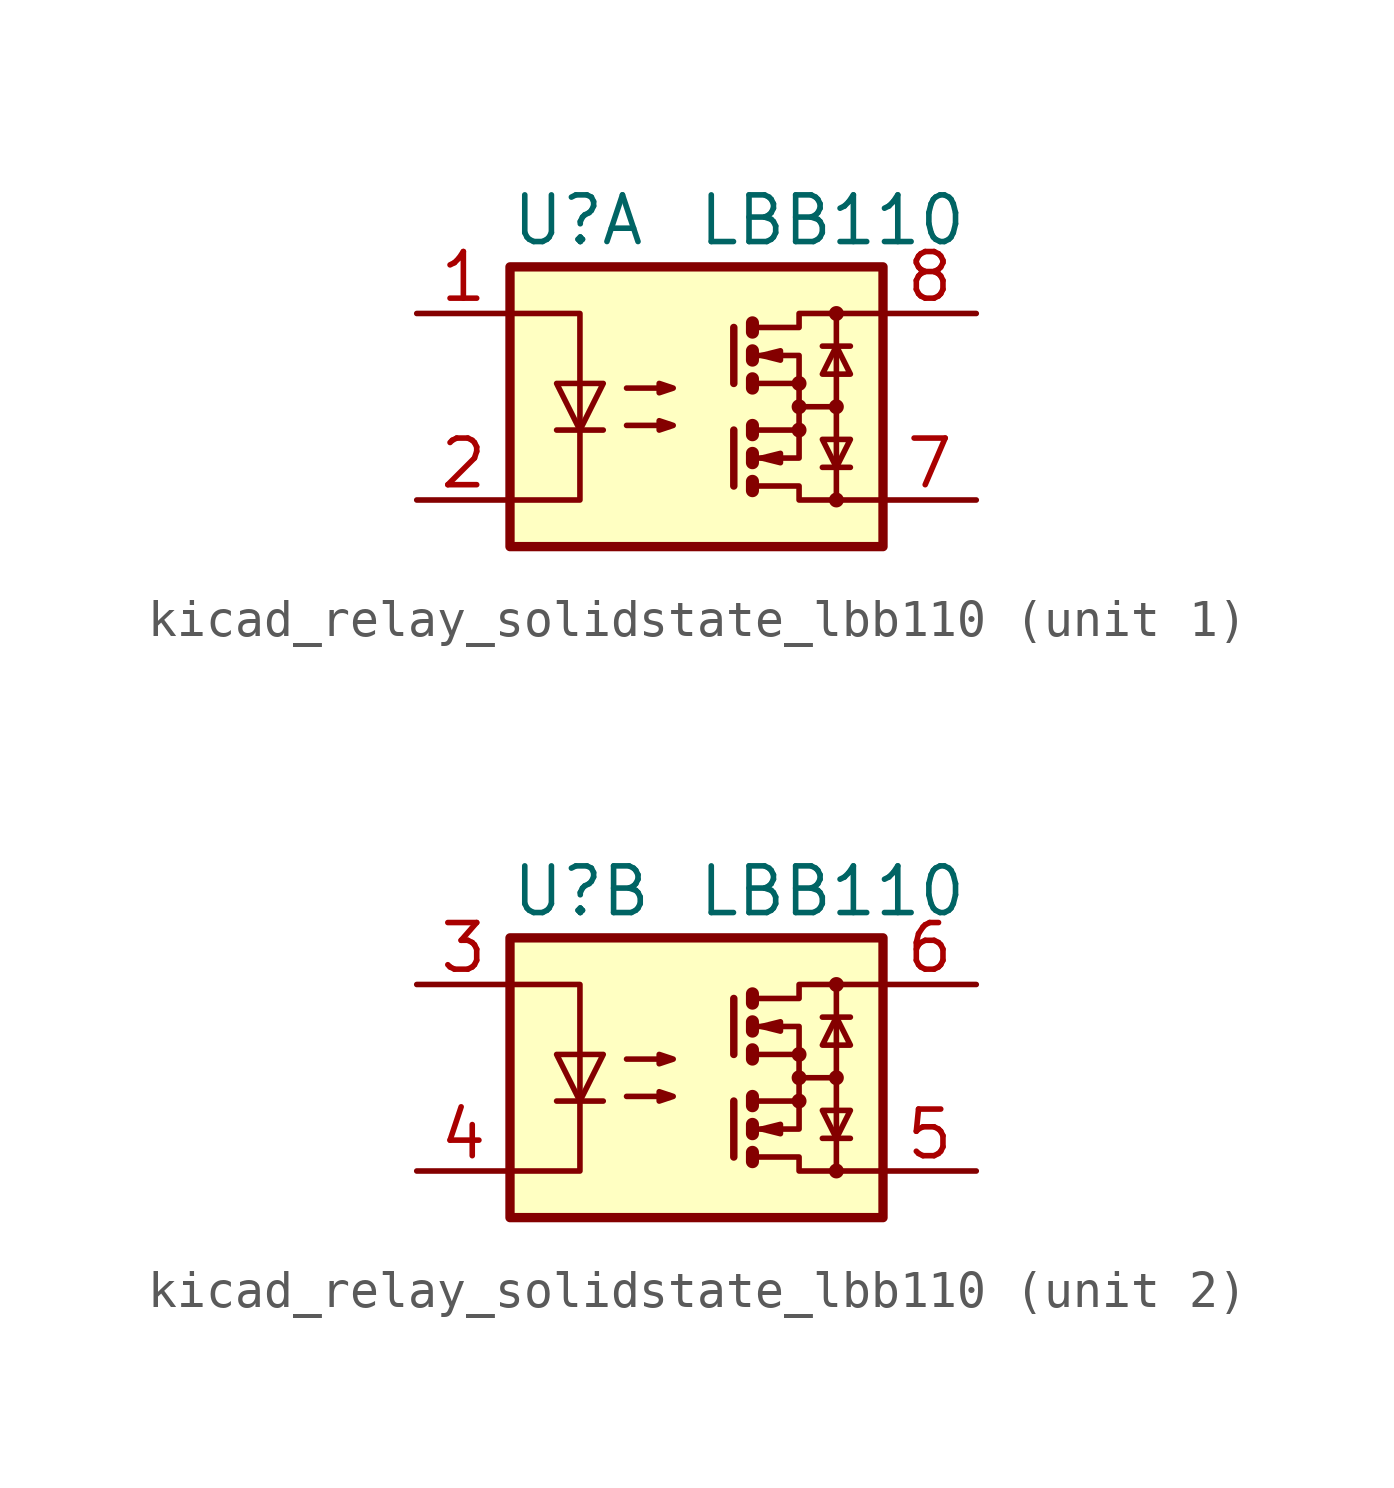
<source format=kicad_sym>
(kicad_symbol_lib
  (version 20220914)
  (generator kicad_symbol_editor)
  (symbol "kicad_relay_solidstate_lbb110"
    (property "Reference" "U"
      (at -5.08 5.08 0)
      (effects (font (size 1.27 1.27)) (justify left)))
    (property "Value" "LBB110"
      (at 0 5.08 0)
      (effects (font (size 1.27 1.27)) (justify left)))
    (symbol "kicad_relay_solidstate_lbb110_0_1"
      (rectangle (start -5.08 3.81) (end 5.08 -3.81) (stroke (width 0.254) (type default)) (fill (type background)))
      (polyline (pts (xy -3.81 -0.635) (xy -2.54 -0.635)) (stroke (width 0) (type default)) (fill (type none)))
      (polyline (pts (xy 1.016 -0.635) (xy 1.016 -2.159)) (stroke (width 0.203) (type default)) (fill (type none)))
      (polyline (pts (xy 1.016 2.159) (xy 1.016 0.635)) (stroke (width 0.203) (type default)) (fill (type none)))
      (polyline (pts (xy 1.524 -0.508) (xy 1.524 -0.762)) (stroke (width 0.356) (type default)) (fill (type none)))
      (polyline (pts (xy 2.794 0) (xy 3.81 0)) (stroke (width 0) (type default)) (fill (type none)))
      (polyline (pts (xy 3.429 -1.651) (xy 4.191 -1.651)) (stroke (width 0) (type default)) (fill (type none)))
      (polyline (pts (xy 3.429 1.651) (xy 4.191 1.651)) (stroke (width 0) (type default)) (fill (type none)))
      (polyline (pts (xy 3.81 -2.54) (xy 3.81 2.54)) (stroke (width 0) (type default)) (fill (type none)))
      (polyline (pts (xy 1.524 -2.032) (xy 1.524 -2.286) (xy 1.524 -2.286)) (stroke (width 0.356) (type default)) (fill (type none)))
      (polyline (pts (xy 1.524 -1.27) (xy 1.524 -1.524) (xy 1.524 -1.524)) (stroke (width 0.356) (type default)) (fill (type none)))
      (polyline (pts (xy 1.524 0.762) (xy 1.524 0.508) (xy 1.524 0.508)) (stroke (width 0.356) (type default)) (fill (type none)))
      (polyline (pts (xy 1.524 1.524) (xy 1.524 1.27) (xy 1.524 1.27)) (stroke (width 0.356) (type default)) (fill (type none)))
      (polyline (pts (xy 1.524 2.286) (xy 1.524 2.032) (xy 1.524 2.032)) (stroke (width 0.356) (type default)) (fill (type none)))
      (polyline (pts (xy 1.651 -1.397) (xy 2.794 -1.397) (xy 2.794 -0.635)) (stroke (width 0) (type default)) (fill (type none)))
      (polyline (pts (xy 1.651 1.397) (xy 2.794 1.397) (xy 2.794 0.635)) (stroke (width 0) (type default)) (fill (type none)))
      (polyline (pts (xy -5.08 2.54) (xy -3.175 2.54) (xy -3.175 -2.54) (xy -5.08 -2.54)) (stroke (width 0) (type default)) (fill (type none)))
      (polyline (pts (xy -3.175 -0.635) (xy -3.81 0.635) (xy -2.54 0.635) (xy -3.175 -0.635)) (stroke (width 0) (type default)) (fill (type none)))
      (polyline (pts (xy 1.651 -2.159) (xy 2.794 -2.159) (xy 2.794 -2.54) (xy 5.08 -2.54)) (stroke (width 0) (type default)) (fill (type none)))
      (polyline (pts (xy 1.651 -0.635) (xy 2.794 -0.635) (xy 2.794 0.635) (xy 1.651 0.635)) (stroke (width 0) (type default)) (fill (type none)))
      (polyline (pts (xy 1.651 2.159) (xy 2.794 2.159) (xy 2.794 2.54) (xy 5.08 2.54)) (stroke (width 0) (type default)) (fill (type none)))
      (polyline (pts (xy 1.778 -1.397) (xy 2.286 -1.27) (xy 2.286 -1.524) (xy 1.778 -1.397)) (stroke (width 0) (type default)) (fill (type none)))
      (polyline (pts (xy 1.778 1.397) (xy 2.286 1.524) (xy 2.286 1.27) (xy 1.778 1.397)) (stroke (width 0) (type default)) (fill (type none)))
      (polyline (pts (xy 3.81 -1.651) (xy 3.429 -0.889) (xy 4.191 -0.889) (xy 3.81 -1.651)) (stroke (width 0) (type default)) (fill (type none)))
      (polyline (pts (xy 3.81 1.651) (xy 3.429 0.889) (xy 4.191 0.889) (xy 3.81 1.651)) (stroke (width 0) (type default)) (fill (type none)))
      (polyline (pts (xy -1.905 -0.508) (xy -0.635 -0.508) (xy -1.016 -0.635) (xy -1.016 -0.381) (xy -0.635 -0.508)) (stroke (width 0) (type default)) (fill (type none)))
      (polyline (pts (xy -1.905 0.508) (xy -0.635 0.508) (xy -1.016 0.381) (xy -1.016 0.635) (xy -0.635 0.508)) (stroke (width 0) (type default)) (fill (type none)))
      (circle (center 2.794 -0.635) (radius 0.127) (stroke (width 0) (type default)) (fill (type none)))
      (circle (center 2.794 0) (radius 0.127) (stroke (width 0) (type default)) (fill (type none)))
      (circle (center 2.794 0.635) (radius 0.127) (stroke (width 0) (type default)) (fill (type none)))
      (circle (center 3.81 -2.54) (radius 0.127) (stroke (width 0) (type default)) (fill (type none)))
      (circle (center 3.81 0) (radius 0.127) (stroke (width 0) (type default)) (fill (type none)))
      (circle (center 3.81 2.54) (radius 0.127) (stroke (width 0) (type default)) (fill (type none))))
    (symbol "kicad_relay_solidstate_lbb110_1_1"
      (pin passive line (at -7.62 2.54 0) (length 2.54) (name "~" (effects (font (size 1.27 1.27)))) (number "1" (effects (font (size 1.27 1.27)))))
      (pin passive line (at -7.62 -2.54 0) (length 2.54) (name "~" (effects (font (size 1.27 1.27)))) (number "2" (effects (font (size 1.27 1.27)))))
      (pin passive line (at 7.62 -2.54 180) (length 2.54) (name "~" (effects (font (size 1.27 1.27)))) (number "7" (effects (font (size 1.27 1.27)))))
      (pin passive line (at 7.62 2.54 180) (length 2.54) (name "~" (effects (font (size 1.27 1.27)))) (number "8" (effects (font (size 1.27 1.27))))))
    (symbol "kicad_relay_solidstate_lbb110_2_1"
      (pin passive line (at -7.62 2.54 0) (length 2.54) (name "~" (effects (font (size 1.27 1.27)))) (number "3" (effects (font (size 1.27 1.27)))))
      (pin passive line (at -7.62 -2.54 0) (length 2.54) (name "~" (effects (font (size 1.27 1.27)))) (number "4" (effects (font (size 1.27 1.27)))))
      (pin passive line (at 7.62 -2.54 180) (length 2.54) (name "~" (effects (font (size 1.27 1.27)))) (number "5" (effects (font (size 1.27 1.27)))))
      (pin passive line (at 7.62 2.54 180) (length 2.54) (name "~" (effects (font (size 1.27 1.27)))) (number "6" (effects (font (size 1.27 1.27))))))))
</source>
